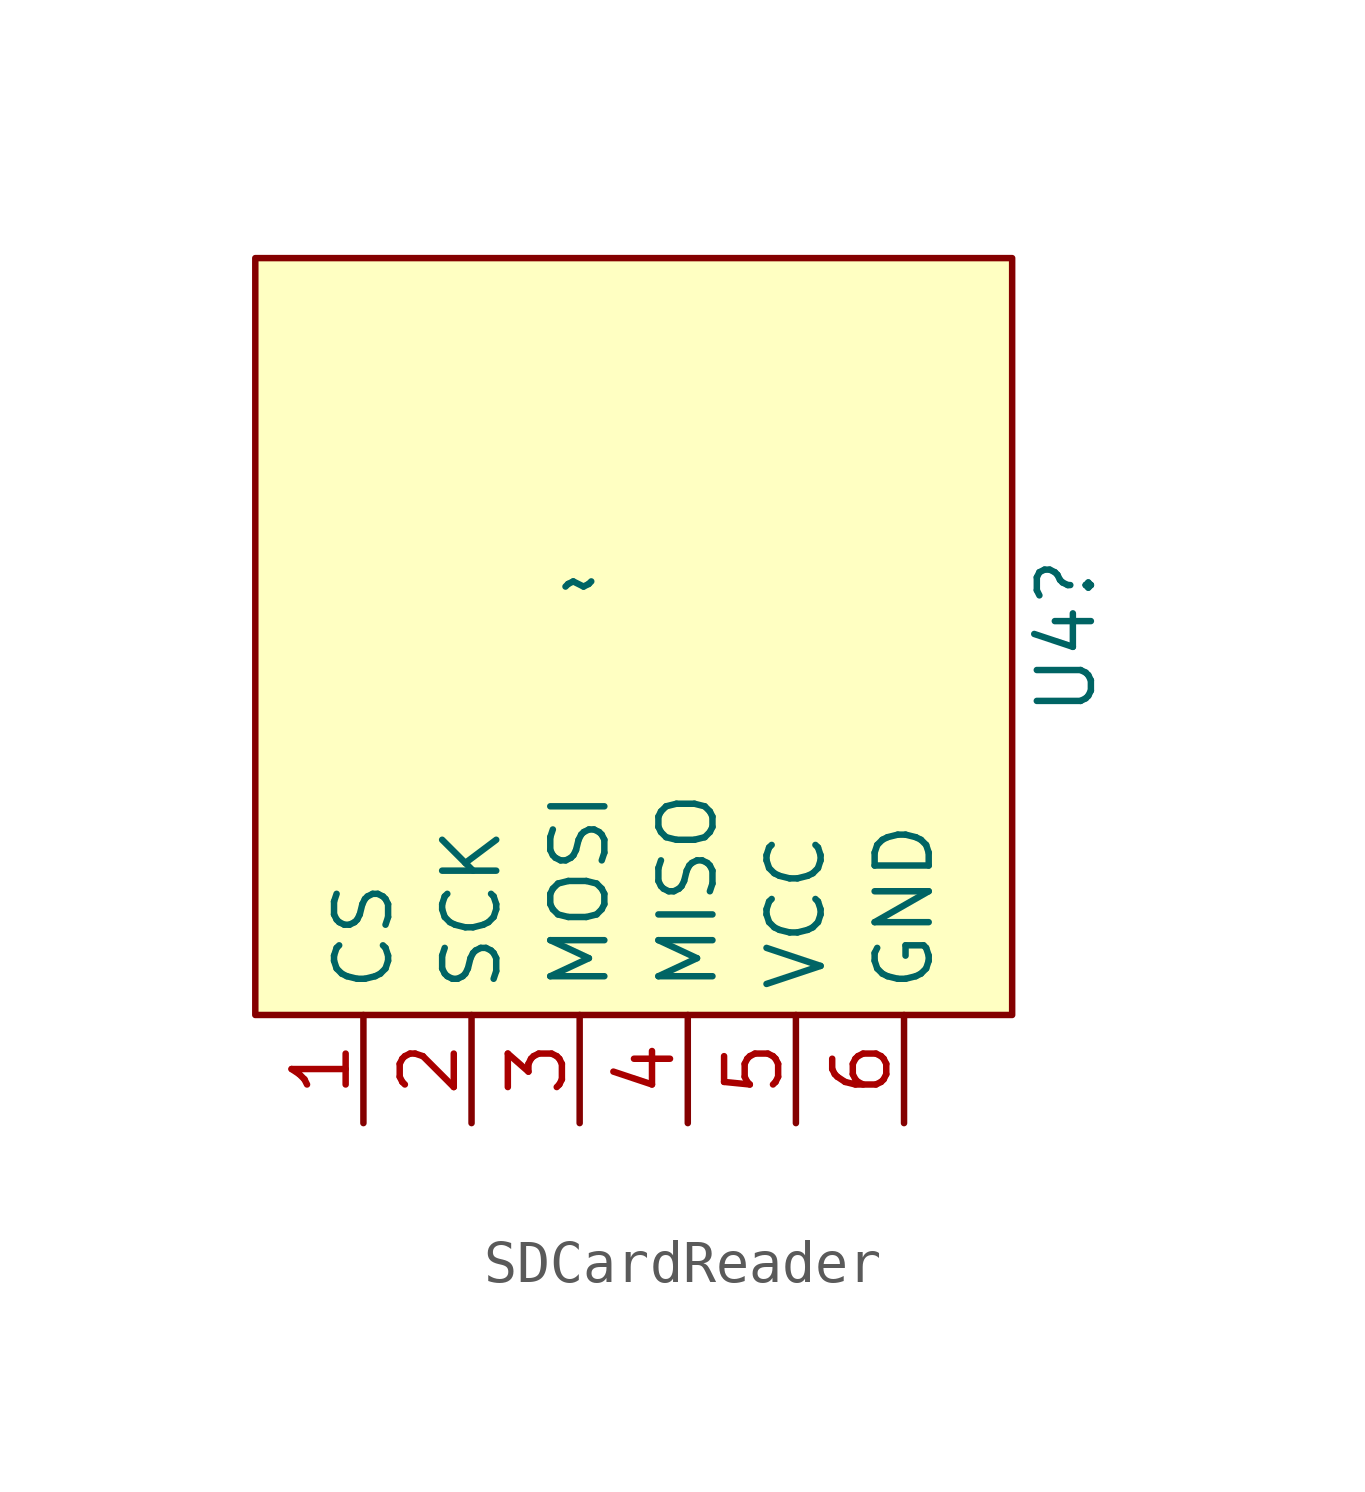
<source format=kicad_sym>
(kicad_symbol_lib
  (version 20220914)
  (generator kicad_symbol_editor)
  (symbol "SDCardReader"
    (property "Reference" "U4"
      (at 11.43 -1.27 90)
      (effects (font (size 1.27 1.27))))
    (property "Value" "~"
      (at 0 0 0)
      (effects (font (size 1.27 1.27))))
    (symbol "SDCardReader_1_1"
      (rectangle (start -7.62 7.62) (end 10.16 -10.16) (stroke (width 0) (type default)) (fill (type background)))
      (pin input line (at -5.08 -12.7 90) (length 2.54) (name "CS" (effects (font (size 1.27 1.27)))) (number "1" (effects (font (size 1.27 1.27)))))
      (pin input line (at -2.54 -12.7 90) (length 2.54) (name "SCK" (effects (font (size 1.27 1.27)))) (number "2" (effects (font (size 1.27 1.27)))))
      (pin input line (at 0 -12.7 90) (length 2.54) (name "MOSI" (effects (font (size 1.27 1.27)))) (number "3" (effects (font (size 1.27 1.27)))))
      (pin input line (at 2.54 -12.7 90) (length 2.54) (name "MISO" (effects (font (size 1.27 1.27)))) (number "4" (effects (font (size 1.27 1.27)))))
      (pin input line (at 5.08 -12.7 90) (length 2.54) (name "VCC" (effects (font (size 1.27 1.27)))) (number "5" (effects (font (size 1.27 1.27)))))
      (pin input line (at 7.62 -12.7 90) (length 2.54) (name "GND" (effects (font (size 1.27 1.27)))) (number "6" (effects (font (size 1.27 1.27))))))))
</source>
